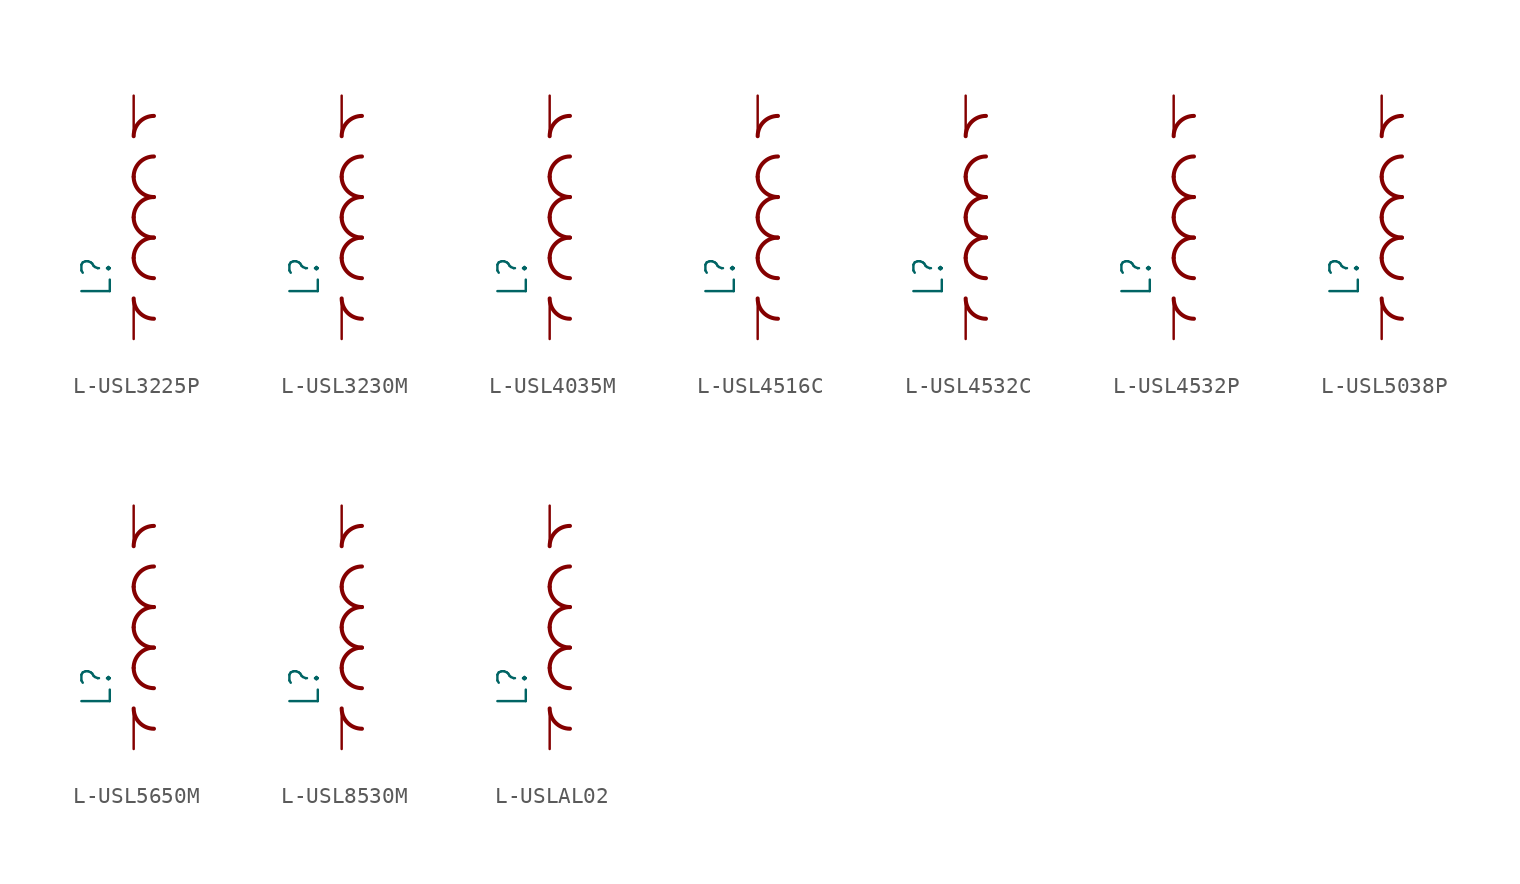
<source format=kicad_sym>
(kicad_symbol_lib
  (version 20241209)
  (generator "kicad_symbol_editor")
  (generator_version "9.0")
  (symbol "L-USL3225P"
    (property "Reference" "L"
      (at -1.27 -5.08 90)
      (effects (font (size 1.778 1.511)) (justify left bottom)))
    (property "Value" ""
      (at 3.81 -5.08 90)
      (effects (font (size 1.778 1.511)) (justify left bottom)))
    (property "ki_locked" ""
      (at 0 0 0)
      (effects (font (size 1.27 1.27))))
    (symbol "L-USL3225P_1_0"
      (arc (start 0 5.08) (mid 0.372 5.978) (end 1.27 6.35) (stroke (width 0.254) (type solid)) (fill (type none)))
      (arc (start 0 2.54) (mid 0.372 3.438) (end 1.27 3.81) (stroke (width 0.254) (type solid)) (fill (type none)))
      (arc (start 1.27 1.27) (mid 0.372 1.642) (end 0 2.54) (stroke (width 0.254) (type solid)) (fill (type none)))
      (arc (start 0 0) (mid 0.372 0.898) (end 1.27 1.27) (stroke (width 0.254) (type solid)) (fill (type none)))
      (arc (start 1.27 -1.27) (mid 0.372 -0.898) (end 0 0) (stroke (width 0.254) (type solid)) (fill (type none)))
      (arc (start 0 -2.54) (mid 0.372 -1.642) (end 1.27 -1.27) (stroke (width 0.254) (type solid)) (fill (type none)))
      (arc (start 1.27 -3.81) (mid 0.372 -3.438) (end 0 -2.54) (stroke (width 0.254) (type solid)) (fill (type none)))
      (arc (start 1.27 -6.35) (mid 0.372 -5.978) (end 0 -5.08) (stroke (width 0.254) (type solid)) (fill (type none)))
      (pin passive line (at 0 7.62 270) (length 2.54) (name "1" (effects (font (size 0 0)))) (number "1" (effects (font (size 0 0)))))
      (pin passive line (at 0 -7.62 90) (length 2.54) (name "2" (effects (font (size 0 0)))) (number "2" (effects (font (size 0 0)))))))
  (symbol "L-USL3230M"
    (property "Reference" "L"
      (at -1.27 -5.08 90)
      (effects (font (size 1.778 1.511)) (justify left bottom)))
    (property "Value" ""
      (at 3.81 -5.08 90)
      (effects (font (size 1.778 1.511)) (justify left bottom)))
    (property "ki_locked" ""
      (at 0 0 0)
      (effects (font (size 1.27 1.27))))
    (symbol "L-USL3230M_1_0"
      (arc (start 0 5.08) (mid 0.372 5.978) (end 1.27 6.35) (stroke (width 0.254) (type solid)) (fill (type none)))
      (arc (start 0 2.54) (mid 0.372 3.438) (end 1.27 3.81) (stroke (width 0.254) (type solid)) (fill (type none)))
      (arc (start 1.27 1.27) (mid 0.372 1.642) (end 0 2.54) (stroke (width 0.254) (type solid)) (fill (type none)))
      (arc (start 0 0) (mid 0.372 0.898) (end 1.27 1.27) (stroke (width 0.254) (type solid)) (fill (type none)))
      (arc (start 1.27 -1.27) (mid 0.372 -0.898) (end 0 0) (stroke (width 0.254) (type solid)) (fill (type none)))
      (arc (start 0 -2.54) (mid 0.372 -1.642) (end 1.27 -1.27) (stroke (width 0.254) (type solid)) (fill (type none)))
      (arc (start 1.27 -3.81) (mid 0.372 -3.438) (end 0 -2.54) (stroke (width 0.254) (type solid)) (fill (type none)))
      (arc (start 1.27 -6.35) (mid 0.372 -5.978) (end 0 -5.08) (stroke (width 0.254) (type solid)) (fill (type none)))
      (pin passive line (at 0 7.62 270) (length 2.54) (name "1" (effects (font (size 0 0)))) (number "1" (effects (font (size 0 0)))))
      (pin passive line (at 0 -7.62 90) (length 2.54) (name "2" (effects (font (size 0 0)))) (number "2" (effects (font (size 0 0)))))))
  (symbol "L-USL4035M"
    (property "Reference" "L"
      (at -1.27 -5.08 90)
      (effects (font (size 1.778 1.511)) (justify left bottom)))
    (property "Value" ""
      (at 3.81 -5.08 90)
      (effects (font (size 1.778 1.511)) (justify left bottom)))
    (property "ki_locked" ""
      (at 0 0 0)
      (effects (font (size 1.27 1.27))))
    (symbol "L-USL4035M_1_0"
      (arc (start 0 5.08) (mid 0.372 5.978) (end 1.27 6.35) (stroke (width 0.254) (type solid)) (fill (type none)))
      (arc (start 0 2.54) (mid 0.372 3.438) (end 1.27 3.81) (stroke (width 0.254) (type solid)) (fill (type none)))
      (arc (start 1.27 1.27) (mid 0.372 1.642) (end 0 2.54) (stroke (width 0.254) (type solid)) (fill (type none)))
      (arc (start 0 0) (mid 0.372 0.898) (end 1.27 1.27) (stroke (width 0.254) (type solid)) (fill (type none)))
      (arc (start 1.27 -1.27) (mid 0.372 -0.898) (end 0 0) (stroke (width 0.254) (type solid)) (fill (type none)))
      (arc (start 0 -2.54) (mid 0.372 -1.642) (end 1.27 -1.27) (stroke (width 0.254) (type solid)) (fill (type none)))
      (arc (start 1.27 -3.81) (mid 0.372 -3.438) (end 0 -2.54) (stroke (width 0.254) (type solid)) (fill (type none)))
      (arc (start 1.27 -6.35) (mid 0.372 -5.978) (end 0 -5.08) (stroke (width 0.254) (type solid)) (fill (type none)))
      (pin passive line (at 0 7.62 270) (length 2.54) (name "1" (effects (font (size 0 0)))) (number "1" (effects (font (size 0 0)))))
      (pin passive line (at 0 -7.62 90) (length 2.54) (name "2" (effects (font (size 0 0)))) (number "2" (effects (font (size 0 0)))))))
  (symbol "L-USL4516C"
    (property "Reference" "L"
      (at -1.27 -5.08 90)
      (effects (font (size 1.778 1.511)) (justify left bottom)))
    (property "Value" ""
      (at 3.81 -5.08 90)
      (effects (font (size 1.778 1.511)) (justify left bottom)))
    (property "ki_locked" ""
      (at 0 0 0)
      (effects (font (size 1.27 1.27))))
    (symbol "L-USL4516C_1_0"
      (arc (start 0 5.08) (mid 0.372 5.978) (end 1.27 6.35) (stroke (width 0.254) (type solid)) (fill (type none)))
      (arc (start 0 2.54) (mid 0.372 3.438) (end 1.27 3.81) (stroke (width 0.254) (type solid)) (fill (type none)))
      (arc (start 1.27 1.27) (mid 0.372 1.642) (end 0 2.54) (stroke (width 0.254) (type solid)) (fill (type none)))
      (arc (start 0 0) (mid 0.372 0.898) (end 1.27 1.27) (stroke (width 0.254) (type solid)) (fill (type none)))
      (arc (start 1.27 -1.27) (mid 0.372 -0.898) (end 0 0) (stroke (width 0.254) (type solid)) (fill (type none)))
      (arc (start 0 -2.54) (mid 0.372 -1.642) (end 1.27 -1.27) (stroke (width 0.254) (type solid)) (fill (type none)))
      (arc (start 1.27 -3.81) (mid 0.372 -3.438) (end 0 -2.54) (stroke (width 0.254) (type solid)) (fill (type none)))
      (arc (start 1.27 -6.35) (mid 0.372 -5.978) (end 0 -5.08) (stroke (width 0.254) (type solid)) (fill (type none)))
      (pin passive line (at 0 7.62 270) (length 2.54) (name "1" (effects (font (size 0 0)))) (number "1" (effects (font (size 0 0)))))
      (pin passive line (at 0 -7.62 90) (length 2.54) (name "2" (effects (font (size 0 0)))) (number "2" (effects (font (size 0 0)))))))
  (symbol "L-USL4532C"
    (property "Reference" "L"
      (at -1.27 -5.08 90)
      (effects (font (size 1.778 1.511)) (justify left bottom)))
    (property "Value" ""
      (at 3.81 -5.08 90)
      (effects (font (size 1.778 1.511)) (justify left bottom)))
    (property "ki_locked" ""
      (at 0 0 0)
      (effects (font (size 1.27 1.27))))
    (symbol "L-USL4532C_1_0"
      (arc (start 0 5.08) (mid 0.372 5.978) (end 1.27 6.35) (stroke (width 0.254) (type solid)) (fill (type none)))
      (arc (start 0 2.54) (mid 0.372 3.438) (end 1.27 3.81) (stroke (width 0.254) (type solid)) (fill (type none)))
      (arc (start 1.27 1.27) (mid 0.372 1.642) (end 0 2.54) (stroke (width 0.254) (type solid)) (fill (type none)))
      (arc (start 0 0) (mid 0.372 0.898) (end 1.27 1.27) (stroke (width 0.254) (type solid)) (fill (type none)))
      (arc (start 1.27 -1.27) (mid 0.372 -0.898) (end 0 0) (stroke (width 0.254) (type solid)) (fill (type none)))
      (arc (start 0 -2.54) (mid 0.372 -1.642) (end 1.27 -1.27) (stroke (width 0.254) (type solid)) (fill (type none)))
      (arc (start 1.27 -3.81) (mid 0.372 -3.438) (end 0 -2.54) (stroke (width 0.254) (type solid)) (fill (type none)))
      (arc (start 1.27 -6.35) (mid 0.372 -5.978) (end 0 -5.08) (stroke (width 0.254) (type solid)) (fill (type none)))
      (pin passive line (at 0 7.62 270) (length 2.54) (name "1" (effects (font (size 0 0)))) (number "1" (effects (font (size 0 0)))))
      (pin passive line (at 0 -7.62 90) (length 2.54) (name "2" (effects (font (size 0 0)))) (number "2" (effects (font (size 0 0)))))))
  (symbol "L-USL4532P"
    (property "Reference" "L"
      (at -1.27 -5.08 90)
      (effects (font (size 1.778 1.511)) (justify left bottom)))
    (property "Value" ""
      (at 3.81 -5.08 90)
      (effects (font (size 1.778 1.511)) (justify left bottom)))
    (property "ki_locked" ""
      (at 0 0 0)
      (effects (font (size 1.27 1.27))))
    (symbol "L-USL4532P_1_0"
      (arc (start 0 5.08) (mid 0.372 5.978) (end 1.27 6.35) (stroke (width 0.254) (type solid)) (fill (type none)))
      (arc (start 0 2.54) (mid 0.372 3.438) (end 1.27 3.81) (stroke (width 0.254) (type solid)) (fill (type none)))
      (arc (start 1.27 1.27) (mid 0.372 1.642) (end 0 2.54) (stroke (width 0.254) (type solid)) (fill (type none)))
      (arc (start 0 0) (mid 0.372 0.898) (end 1.27 1.27) (stroke (width 0.254) (type solid)) (fill (type none)))
      (arc (start 1.27 -1.27) (mid 0.372 -0.898) (end 0 0) (stroke (width 0.254) (type solid)) (fill (type none)))
      (arc (start 0 -2.54) (mid 0.372 -1.642) (end 1.27 -1.27) (stroke (width 0.254) (type solid)) (fill (type none)))
      (arc (start 1.27 -3.81) (mid 0.372 -3.438) (end 0 -2.54) (stroke (width 0.254) (type solid)) (fill (type none)))
      (arc (start 1.27 -6.35) (mid 0.372 -5.978) (end 0 -5.08) (stroke (width 0.254) (type solid)) (fill (type none)))
      (pin passive line (at 0 7.62 270) (length 2.54) (name "1" (effects (font (size 0 0)))) (number "1" (effects (font (size 0 0)))))
      (pin passive line (at 0 -7.62 90) (length 2.54) (name "2" (effects (font (size 0 0)))) (number "2" (effects (font (size 0 0)))))))
  (symbol "L-USL5038P"
    (property "Reference" "L"
      (at -1.27 -5.08 90)
      (effects (font (size 1.778 1.511)) (justify left bottom)))
    (property "Value" ""
      (at 3.81 -5.08 90)
      (effects (font (size 1.778 1.511)) (justify left bottom)))
    (property "ki_locked" ""
      (at 0 0 0)
      (effects (font (size 1.27 1.27))))
    (symbol "L-USL5038P_1_0"
      (arc (start 0 5.08) (mid 0.372 5.978) (end 1.27 6.35) (stroke (width 0.254) (type solid)) (fill (type none)))
      (arc (start 0 2.54) (mid 0.372 3.438) (end 1.27 3.81) (stroke (width 0.254) (type solid)) (fill (type none)))
      (arc (start 1.27 1.27) (mid 0.372 1.642) (end 0 2.54) (stroke (width 0.254) (type solid)) (fill (type none)))
      (arc (start 0 0) (mid 0.372 0.898) (end 1.27 1.27) (stroke (width 0.254) (type solid)) (fill (type none)))
      (arc (start 1.27 -1.27) (mid 0.372 -0.898) (end 0 0) (stroke (width 0.254) (type solid)) (fill (type none)))
      (arc (start 0 -2.54) (mid 0.372 -1.642) (end 1.27 -1.27) (stroke (width 0.254) (type solid)) (fill (type none)))
      (arc (start 1.27 -3.81) (mid 0.372 -3.438) (end 0 -2.54) (stroke (width 0.254) (type solid)) (fill (type none)))
      (arc (start 1.27 -6.35) (mid 0.372 -5.978) (end 0 -5.08) (stroke (width 0.254) (type solid)) (fill (type none)))
      (pin passive line (at 0 7.62 270) (length 2.54) (name "1" (effects (font (size 0 0)))) (number "1" (effects (font (size 0 0)))))
      (pin passive line (at 0 -7.62 90) (length 2.54) (name "2" (effects (font (size 0 0)))) (number "2" (effects (font (size 0 0)))))))
  (symbol "L-USL5650M"
    (property "Reference" "L"
      (at -1.27 -5.08 90)
      (effects (font (size 1.778 1.511)) (justify left bottom)))
    (property "Value" ""
      (at 3.81 -5.08 90)
      (effects (font (size 1.778 1.511)) (justify left bottom)))
    (property "ki_locked" ""
      (at 0 0 0)
      (effects (font (size 1.27 1.27))))
    (symbol "L-USL5650M_1_0"
      (arc (start 0 5.08) (mid 0.372 5.978) (end 1.27 6.35) (stroke (width 0.254) (type solid)) (fill (type none)))
      (arc (start 0 2.54) (mid 0.372 3.438) (end 1.27 3.81) (stroke (width 0.254) (type solid)) (fill (type none)))
      (arc (start 1.27 1.27) (mid 0.372 1.642) (end 0 2.54) (stroke (width 0.254) (type solid)) (fill (type none)))
      (arc (start 0 0) (mid 0.372 0.898) (end 1.27 1.27) (stroke (width 0.254) (type solid)) (fill (type none)))
      (arc (start 1.27 -1.27) (mid 0.372 -0.898) (end 0 0) (stroke (width 0.254) (type solid)) (fill (type none)))
      (arc (start 0 -2.54) (mid 0.372 -1.642) (end 1.27 -1.27) (stroke (width 0.254) (type solid)) (fill (type none)))
      (arc (start 1.27 -3.81) (mid 0.372 -3.438) (end 0 -2.54) (stroke (width 0.254) (type solid)) (fill (type none)))
      (arc (start 1.27 -6.35) (mid 0.372 -5.978) (end 0 -5.08) (stroke (width 0.254) (type solid)) (fill (type none)))
      (pin passive line (at 0 7.62 270) (length 2.54) (name "1" (effects (font (size 0 0)))) (number "1" (effects (font (size 0 0)))))
      (pin passive line (at 0 -7.62 90) (length 2.54) (name "2" (effects (font (size 0 0)))) (number "2" (effects (font (size 0 0)))))))
  (symbol "L-USL8530M"
    (property "Reference" "L"
      (at -1.27 -5.08 90)
      (effects (font (size 1.778 1.511)) (justify left bottom)))
    (property "Value" ""
      (at 3.81 -5.08 90)
      (effects (font (size 1.778 1.511)) (justify left bottom)))
    (property "ki_locked" ""
      (at 0 0 0)
      (effects (font (size 1.27 1.27))))
    (symbol "L-USL8530M_1_0"
      (arc (start 0 5.08) (mid 0.372 5.978) (end 1.27 6.35) (stroke (width 0.254) (type solid)) (fill (type none)))
      (arc (start 0 2.54) (mid 0.372 3.438) (end 1.27 3.81) (stroke (width 0.254) (type solid)) (fill (type none)))
      (arc (start 1.27 1.27) (mid 0.372 1.642) (end 0 2.54) (stroke (width 0.254) (type solid)) (fill (type none)))
      (arc (start 0 0) (mid 0.372 0.898) (end 1.27 1.27) (stroke (width 0.254) (type solid)) (fill (type none)))
      (arc (start 1.27 -1.27) (mid 0.372 -0.898) (end 0 0) (stroke (width 0.254) (type solid)) (fill (type none)))
      (arc (start 0 -2.54) (mid 0.372 -1.642) (end 1.27 -1.27) (stroke (width 0.254) (type solid)) (fill (type none)))
      (arc (start 1.27 -3.81) (mid 0.372 -3.438) (end 0 -2.54) (stroke (width 0.254) (type solid)) (fill (type none)))
      (arc (start 1.27 -6.35) (mid 0.372 -5.978) (end 0 -5.08) (stroke (width 0.254) (type solid)) (fill (type none)))
      (pin passive line (at 0 7.62 270) (length 2.54) (name "1" (effects (font (size 0 0)))) (number "1" (effects (font (size 0 0)))))
      (pin passive line (at 0 -7.62 90) (length 2.54) (name "2" (effects (font (size 0 0)))) (number "2" (effects (font (size 0 0)))))))
  (symbol "L-USLAL02"
    (property "Reference" "L"
      (at -1.27 -5.08 90)
      (effects (font (size 1.778 1.511)) (justify left bottom)))
    (property "Value" ""
      (at 3.81 -5.08 90)
      (effects (font (size 1.778 1.511)) (justify left bottom)))
    (property "ki_locked" ""
      (at 0 0 0)
      (effects (font (size 1.27 1.27))))
    (symbol "L-USLAL02_1_0"
      (arc (start 0 5.08) (mid 0.372 5.978) (end 1.27 6.35) (stroke (width 0.254) (type solid)) (fill (type none)))
      (arc (start 0 2.54) (mid 0.372 3.438) (end 1.27 3.81) (stroke (width 0.254) (type solid)) (fill (type none)))
      (arc (start 1.27 1.27) (mid 0.372 1.642) (end 0 2.54) (stroke (width 0.254) (type solid)) (fill (type none)))
      (arc (start 0 0) (mid 0.372 0.898) (end 1.27 1.27) (stroke (width 0.254) (type solid)) (fill (type none)))
      (arc (start 1.27 -1.27) (mid 0.372 -0.898) (end 0 0) (stroke (width 0.254) (type solid)) (fill (type none)))
      (arc (start 0 -2.54) (mid 0.372 -1.642) (end 1.27 -1.27) (stroke (width 0.254) (type solid)) (fill (type none)))
      (arc (start 1.27 -3.81) (mid 0.372 -3.438) (end 0 -2.54) (stroke (width 0.254) (type solid)) (fill (type none)))
      (arc (start 1.27 -6.35) (mid 0.372 -5.978) (end 0 -5.08) (stroke (width 0.254) (type solid)) (fill (type none)))
      (pin passive line (at 0 7.62 270) (length 2.54) (name "1" (effects (font (size 0 0)))) (number "1" (effects (font (size 0 0)))))
      (pin passive line (at 0 -7.62 90) (length 2.54) (name "2" (effects (font (size 0 0)))) (number "2" (effects (font (size 0 0))))))))
</source>
